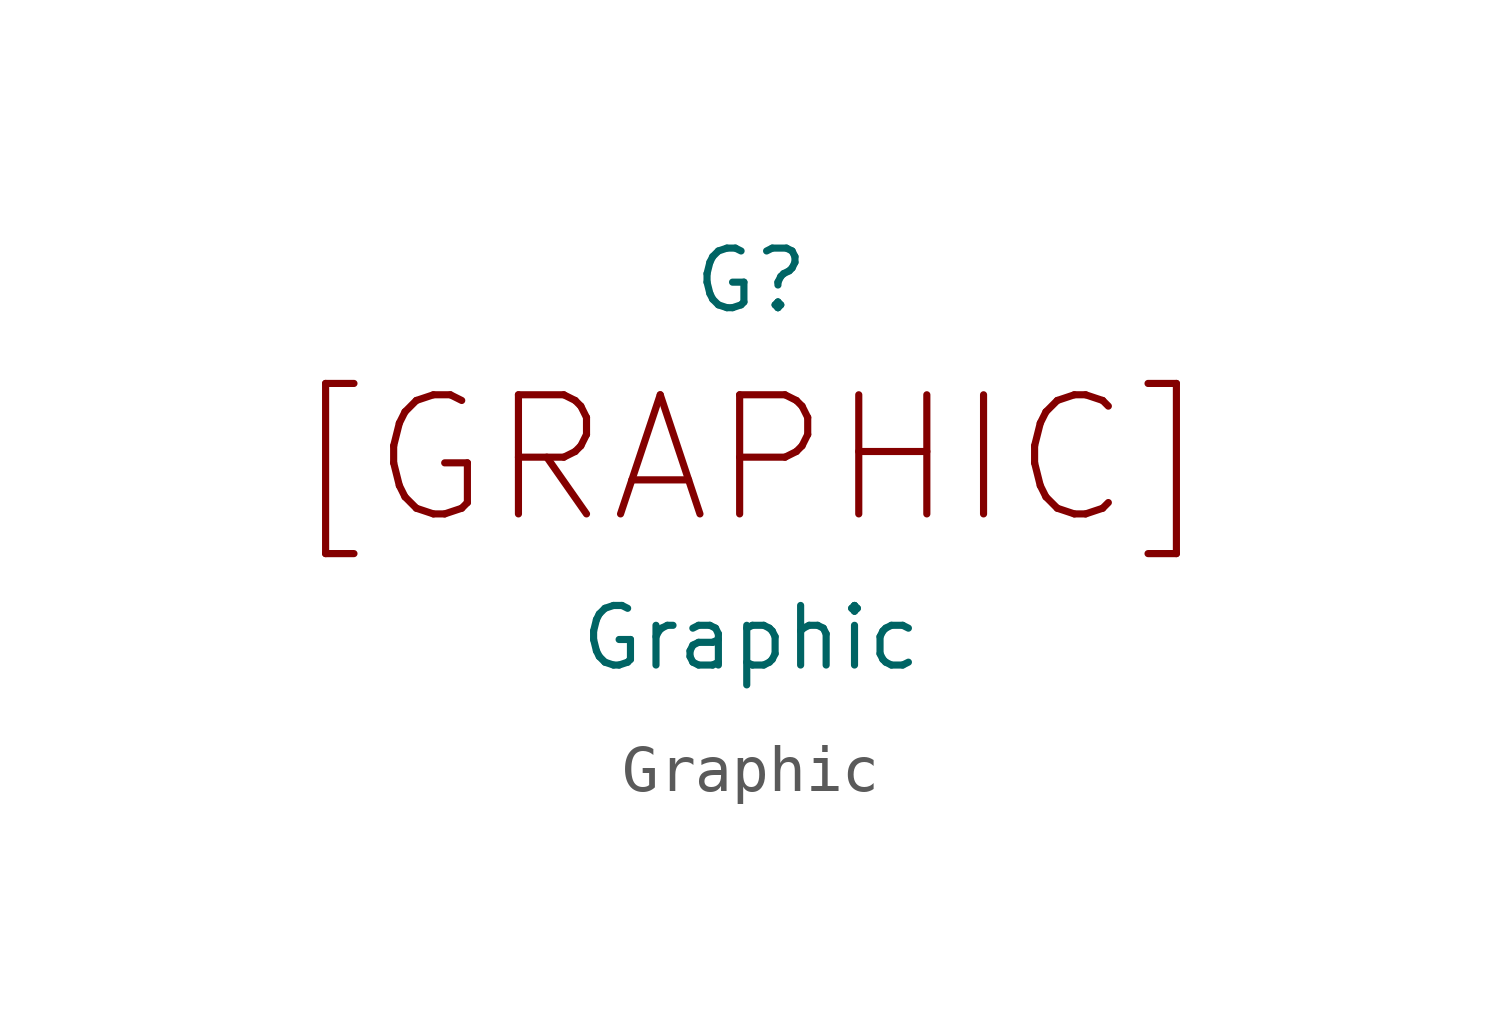
<source format=kicad_sym>
(kicad_symbol_lib
  (version 20201005)
  (generator kicad_symbol_editor)
  (symbol "lethalbit-graphics:Graphic"
    (property "Reference" "G"
      (at 0 3.81 0)
      (effects (font (size 1.27 1.27))))
    (property "Value" "Graphic"
      (at 0 -3.81 0)
      (effects (font (size 1.27 1.27))))
    (symbol "Graphic_0_0"
      (text "[GRAPHIC]" (at 0 0 0) (effects (font (size 2.54 2.54)))))))
</source>
